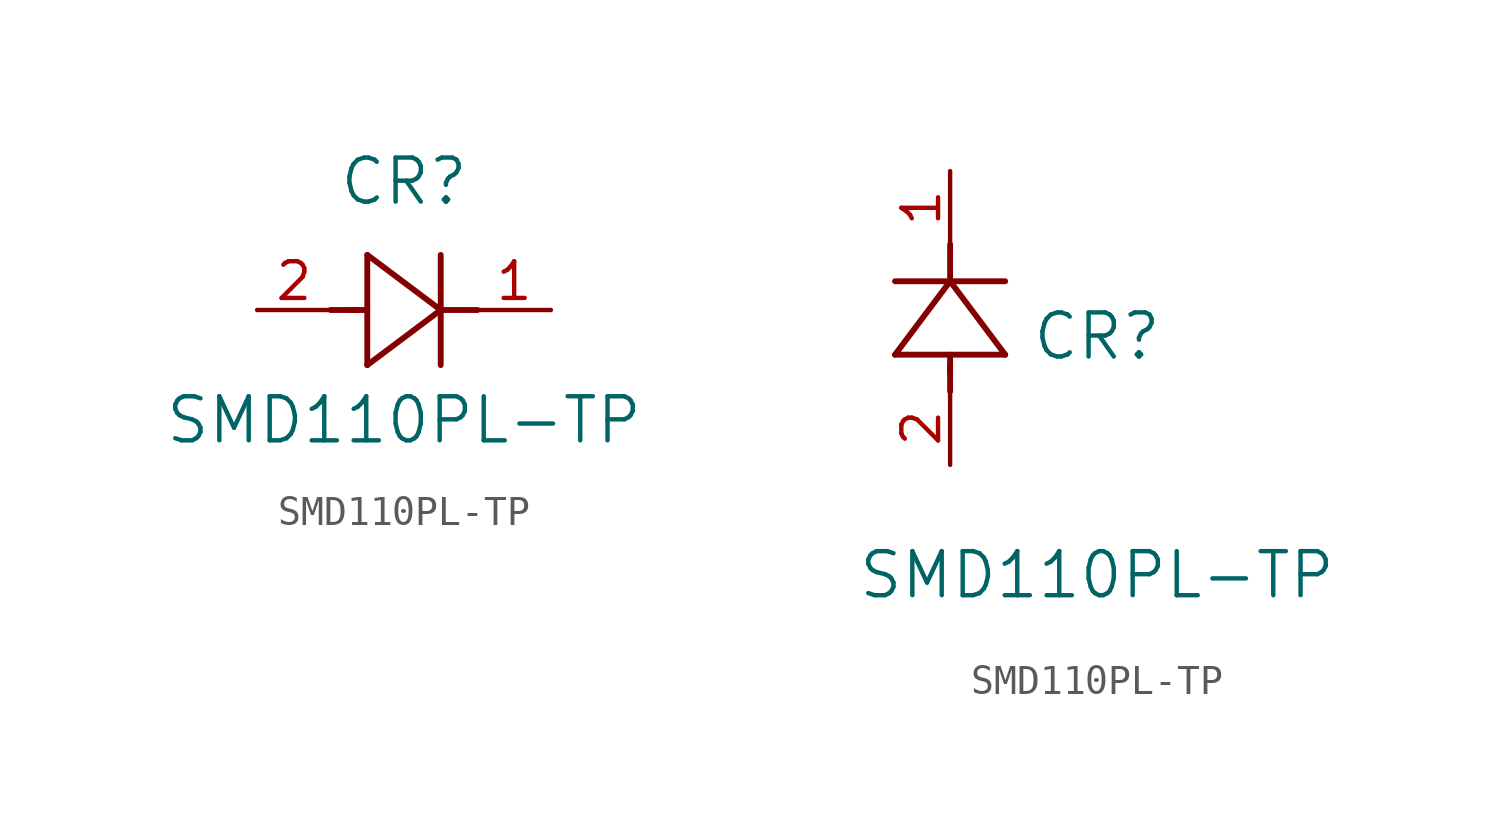
<source format=kicad_sym>
(kicad_symbol_lib
  (version 20231120)
  (generator "kicad_symbol_editor")
  (generator_version "8.0")
  (symbol "SMD110PL-TP"
    (pin_names
      (offset 0.254))
    (property "Reference" "CR"
      (at 5.08 4.445 0)
      (effects (font (size 1.524 1.524))))
    (property "Value" "SMD110PL-TP"
      (at 5.08 -3.81 0)
      (effects (font (size 1.524 1.524))))
    (property "ki_locked" ""
      (at 0 0 0)
      (effects (font (size 1.27 1.27))))
    (symbol "SMD110PL-TP_1_1"
      (polyline (pts (xy 2.54 0) (xy 3.48 0)) (stroke (width 0.203) (type default)) (fill (type none)))
      (polyline (pts (xy 3.175 0) (xy 3.81 0)) (stroke (width 0.203) (type default)) (fill (type none)))
      (polyline (pts (xy 3.81 -1.905) (xy 6.35 0)) (stroke (width 0.203) (type default)) (fill (type none)))
      (polyline (pts (xy 3.81 1.905) (xy 3.81 -1.905)) (stroke (width 0.203) (type default)) (fill (type none)))
      (polyline (pts (xy 6.35 -1.905) (xy 6.35 1.905)) (stroke (width 0.203) (type default)) (fill (type none)))
      (polyline (pts (xy 6.35 0) (xy 3.81 1.905)) (stroke (width 0.203) (type default)) (fill (type none)))
      (polyline (pts (xy 6.35 0) (xy 7.62 0)) (stroke (width 0.203) (type default)) (fill (type none)))
      (pin unspecified line (at 10.16 0 180) (length 2.54) (name "" (effects (font (size 1.27 1.27)))) (number "1" (effects (font (size 1.27 1.27)))))
      (pin unspecified line (at 0 0 0) (length 2.54) (name "" (effects (font (size 1.27 1.27)))) (number "2" (effects (font (size 1.27 1.27))))))
    (symbol "SMD110PL-TP_1_2"
      (polyline (pts (xy -1.905 3.81) (xy 1.905 3.81)) (stroke (width 0.203) (type default)) (fill (type none)))
      (polyline (pts (xy 0 2.54) (xy 0 3.48)) (stroke (width 0.203) (type default)) (fill (type none)))
      (polyline (pts (xy 0 3.175) (xy 0 3.81)) (stroke (width 0.203) (type default)) (fill (type none)))
      (polyline (pts (xy 0 6.35) (xy -1.905 3.81)) (stroke (width 0.203) (type default)) (fill (type none)))
      (polyline (pts (xy 0 6.35) (xy 0 7.62)) (stroke (width 0.203) (type default)) (fill (type none)))
      (polyline (pts (xy 1.905 3.81) (xy 0 6.35)) (stroke (width 0.203) (type default)) (fill (type none)))
      (polyline (pts (xy 1.905 6.35) (xy -1.905 6.35)) (stroke (width 0.203) (type default)) (fill (type none)))
      (pin unspecified line (at 0 10.16 270) (length 2.54) (name "" (effects (font (size 1.27 1.27)))) (number "1" (effects (font (size 1.27 1.27)))))
      (pin unspecified line (at 0 0 90) (length 2.54) (name "" (effects (font (size 1.27 1.27)))) (number "2" (effects (font (size 1.27 1.27))))))))
</source>
